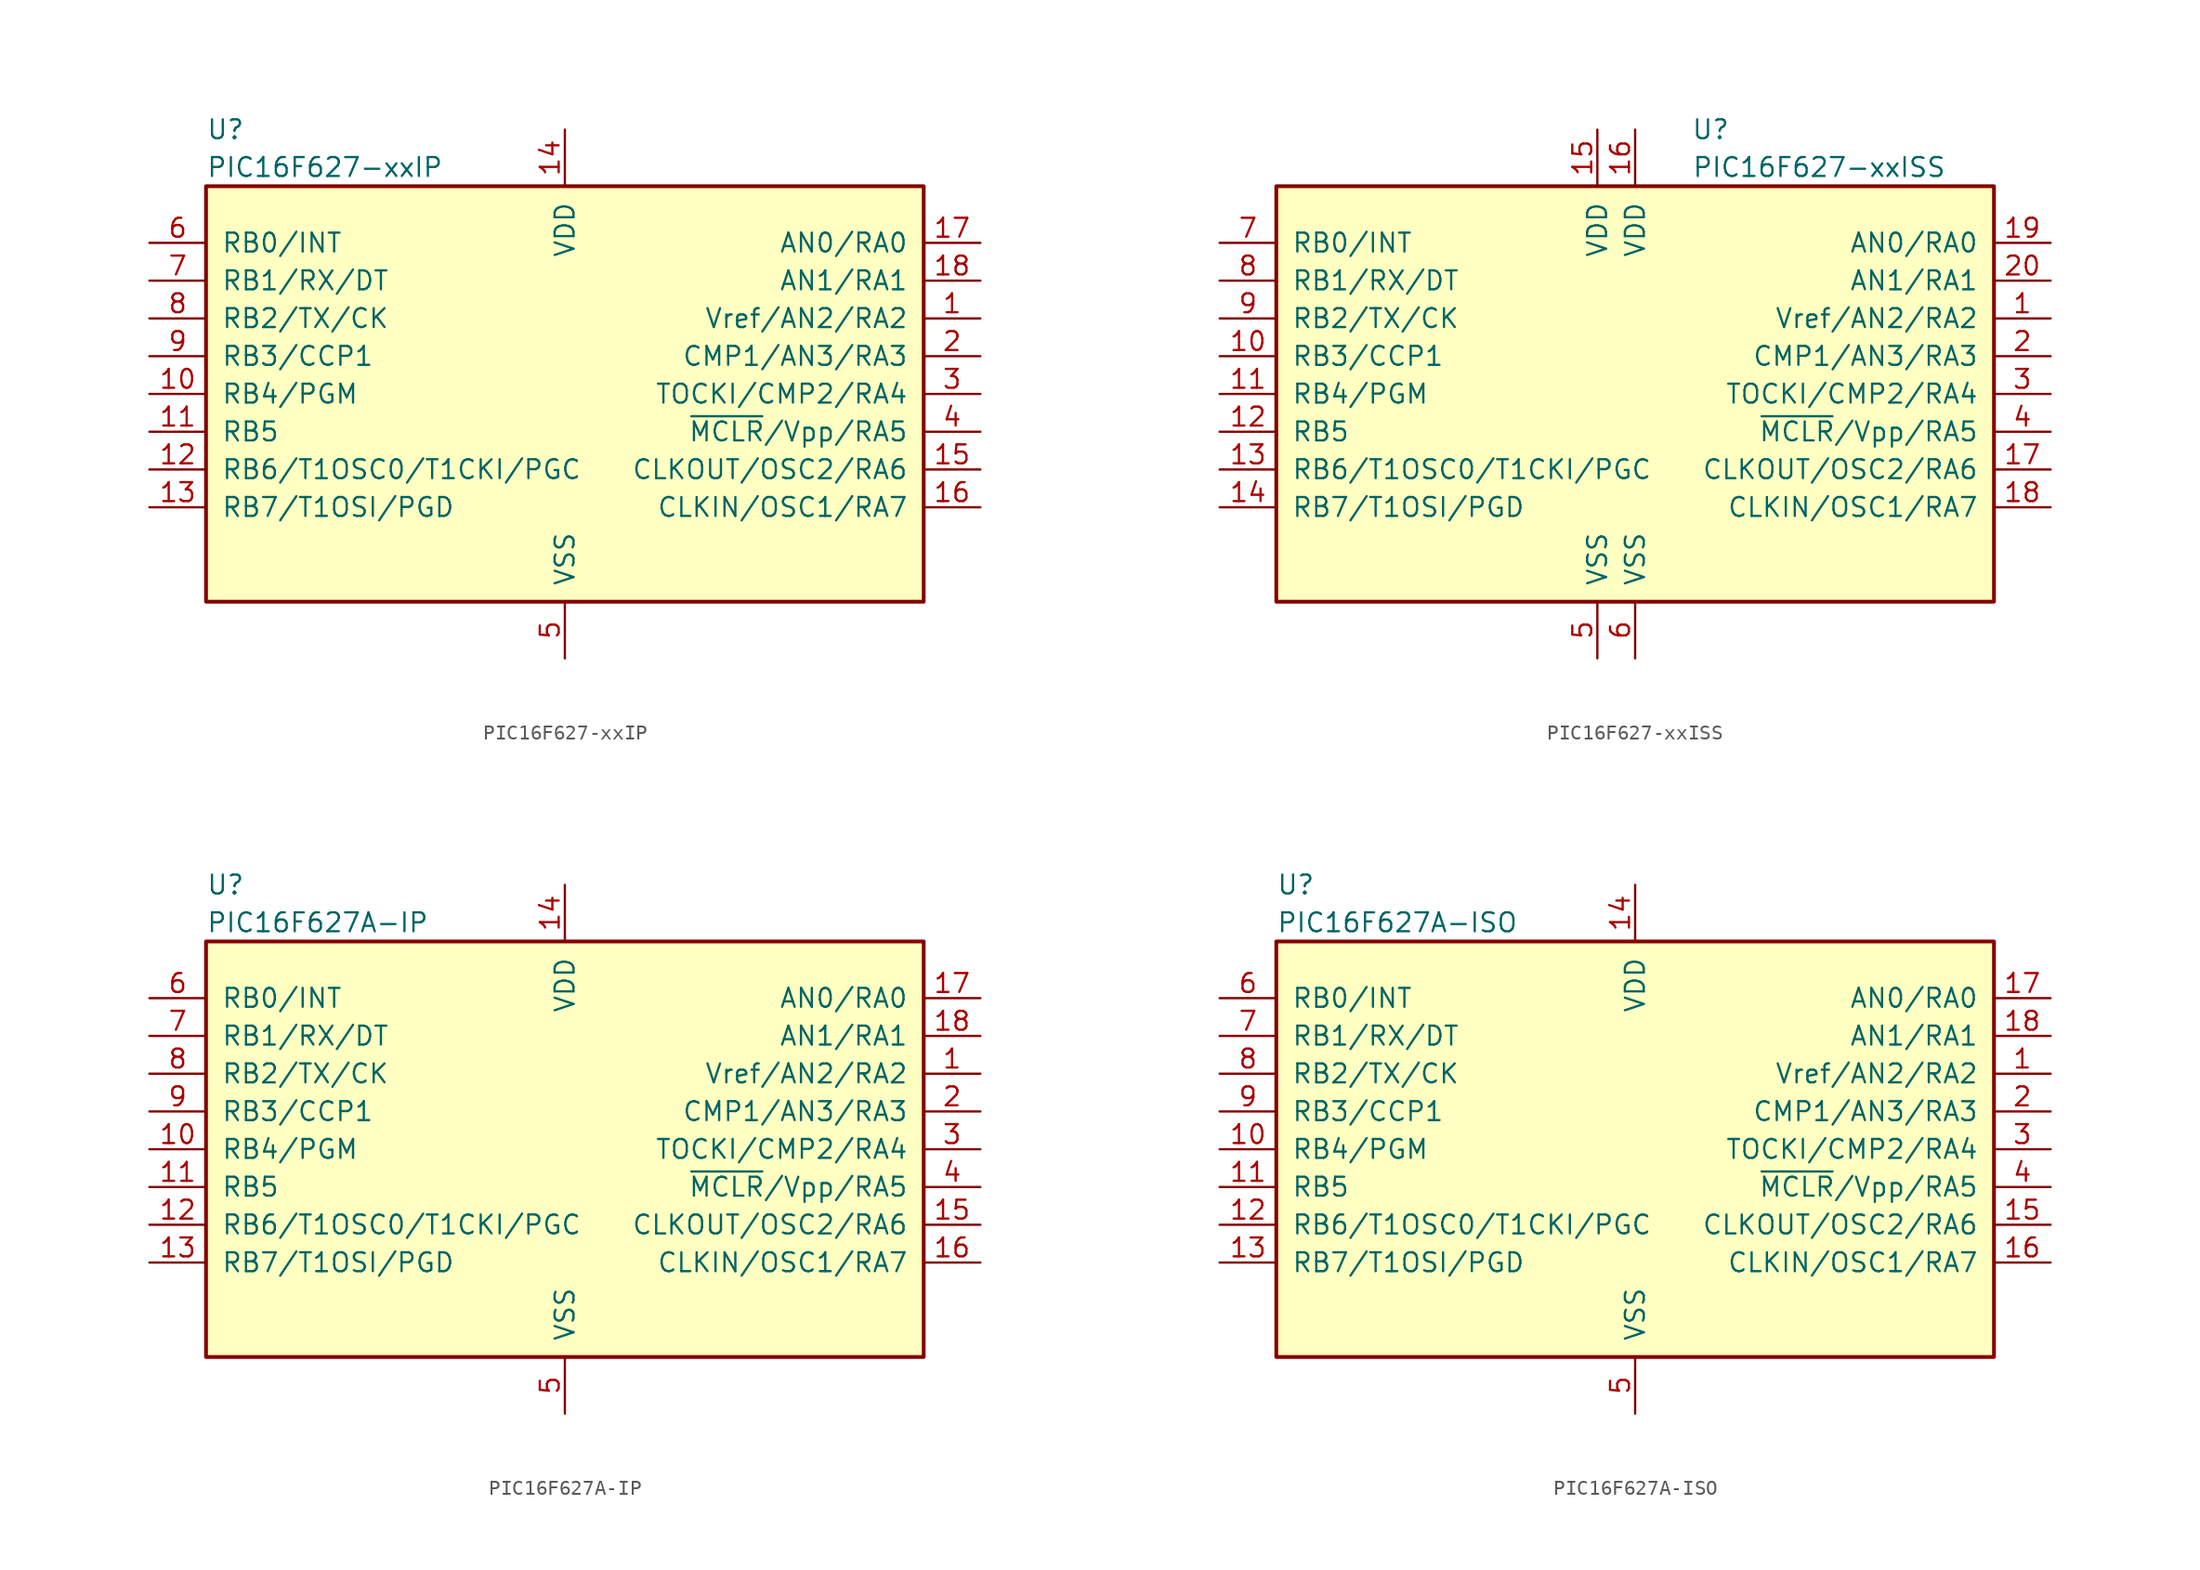
<source format=kicad_sym>
(kicad_symbol_lib
  (version 20201005)
  (generator kicad_symbol_editor)
  (symbol "MCU_Microchip_PIC16:PIC16F627-xxIP"
    (pin_names
      (offset 1.016))
    (property "Reference" "U"
      (at -24.13 17.78 0)
      (effects (font (size 1.27 1.27)) (justify left)))
    (property "Value" "PIC16F627-xxIP"
      (at -24.13 15.24 0)
      (effects (font (size 1.27 1.27)) (justify left)))
    (symbol "PIC16F627-xxIP_0_1"
      (rectangle (start 24.13 13.97) (end -24.13 -13.97) (stroke (width 0.254)) (fill (type background))))
    (symbol "PIC16F627-xxIP_1_1"
      (pin bidirectional line (at 27.94 5.08 180) (length 3.81) (name "Vref/AN2/RA2" (effects (font (size 1.27 1.27)))) (number "1" (effects (font (size 1.27 1.27)))))
      (pin bidirectional line (at -27.94 0 0) (length 3.81) (name "RB4/PGM" (effects (font (size 1.27 1.27)))) (number "10" (effects (font (size 1.27 1.27)))))
      (pin bidirectional line (at -27.94 -2.54 0) (length 3.81) (name "RB5" (effects (font (size 1.27 1.27)))) (number "11" (effects (font (size 1.27 1.27)))))
      (pin bidirectional line (at -27.94 -5.08 0) (length 3.81) (name "RB6/T1OSC0/T1CKI/PGC" (effects (font (size 1.27 1.27)))) (number "12" (effects (font (size 1.27 1.27)))))
      (pin bidirectional line (at -27.94 -7.62 0) (length 3.81) (name "RB7/T1OSI/PGD" (effects (font (size 1.27 1.27)))) (number "13" (effects (font (size 1.27 1.27)))))
      (pin power_in line (at 0 17.78 270) (length 3.81) (name "VDD" (effects (font (size 1.27 1.27)))) (number "14" (effects (font (size 1.27 1.27)))))
      (pin bidirectional line (at 27.94 -5.08 180) (length 3.81) (name "CLKOUT/OSC2/RA6" (effects (font (size 1.27 1.27)))) (number "15" (effects (font (size 1.27 1.27)))))
      (pin bidirectional line (at 27.94 -7.62 180) (length 3.81) (name "CLKIN/OSC1/RA7" (effects (font (size 1.27 1.27)))) (number "16" (effects (font (size 1.27 1.27)))))
      (pin bidirectional line (at 27.94 10.16 180) (length 3.81) (name "AN0/RA0" (effects (font (size 1.27 1.27)))) (number "17" (effects (font (size 1.27 1.27)))))
      (pin bidirectional line (at 27.94 7.62 180) (length 3.81) (name "AN1/RA1" (effects (font (size 1.27 1.27)))) (number "18" (effects (font (size 1.27 1.27)))))
      (pin bidirectional line (at 27.94 2.54 180) (length 3.81) (name "CMP1/AN3/RA3" (effects (font (size 1.27 1.27)))) (number "2" (effects (font (size 1.27 1.27)))))
      (pin bidirectional line (at 27.94 0 180) (length 3.81) (name "TOCKI/CMP2/RA4" (effects (font (size 1.27 1.27)))) (number "3" (effects (font (size 1.27 1.27)))))
      (pin input line (at 27.94 -2.54 180) (length 3.81) (name "~MCLR~/Vpp/RA5" (effects (font (size 1.27 1.27)))) (number "4" (effects (font (size 1.27 1.27)))))
      (pin power_in line (at 0 -17.78 90) (length 3.81) (name "VSS" (effects (font (size 1.27 1.27)))) (number "5" (effects (font (size 1.27 1.27)))))
      (pin bidirectional line (at -27.94 10.16 0) (length 3.81) (name "RB0/INT" (effects (font (size 1.27 1.27)))) (number "6" (effects (font (size 1.27 1.27)))))
      (pin bidirectional line (at -27.94 7.62 0) (length 3.81) (name "RB1/RX/DT" (effects (font (size 1.27 1.27)))) (number "7" (effects (font (size 1.27 1.27)))))
      (pin bidirectional line (at -27.94 5.08 0) (length 3.81) (name "RB2/TX/CK" (effects (font (size 1.27 1.27)))) (number "8" (effects (font (size 1.27 1.27)))))
      (pin bidirectional line (at -27.94 2.54 0) (length 3.81) (name "RB3/CCP1" (effects (font (size 1.27 1.27)))) (number "9" (effects (font (size 1.27 1.27)))))))
  (symbol "MCU_Microchip_PIC16:PIC16F627-xxISS"
    (pin_names
      (offset 1.016))
    (property "Reference" "U"
      (at 5.08 17.78 0)
      (effects (font (size 1.27 1.27))))
    (property "Value" "PIC16F627-xxISS"
      (at 3.81 15.24 0)
      (effects (font (size 1.27 1.27)) (justify left)))
    (symbol "PIC16F627-xxISS_0_1"
      (rectangle (start 24.13 13.97) (end -24.13 -13.97) (stroke (width 0.254)) (fill (type background))))
    (symbol "PIC16F627-xxISS_1_1"
      (pin bidirectional line (at 27.94 5.08 180) (length 3.81) (name "Vref/AN2/RA2" (effects (font (size 1.27 1.27)))) (number "1" (effects (font (size 1.27 1.27)))))
      (pin bidirectional line (at -27.94 2.54 0) (length 3.81) (name "RB3/CCP1" (effects (font (size 1.27 1.27)))) (number "10" (effects (font (size 1.27 1.27)))))
      (pin bidirectional line (at -27.94 0 0) (length 3.81) (name "RB4/PGM" (effects (font (size 1.27 1.27)))) (number "11" (effects (font (size 1.27 1.27)))))
      (pin bidirectional line (at -27.94 -2.54 0) (length 3.81) (name "RB5" (effects (font (size 1.27 1.27)))) (number "12" (effects (font (size 1.27 1.27)))))
      (pin bidirectional line (at -27.94 -5.08 0) (length 3.81) (name "RB6/T1OSC0/T1CKI/PGC" (effects (font (size 1.27 1.27)))) (number "13" (effects (font (size 1.27 1.27)))))
      (pin bidirectional line (at -27.94 -7.62 0) (length 3.81) (name "RB7/T1OSI/PGD" (effects (font (size 1.27 1.27)))) (number "14" (effects (font (size 1.27 1.27)))))
      (pin power_in line (at -2.54 17.78 270) (length 3.81) (name "VDD" (effects (font (size 1.27 1.27)))) (number "15" (effects (font (size 1.27 1.27)))))
      (pin power_in line (at 0 17.78 270) (length 3.81) (name "VDD" (effects (font (size 1.27 1.27)))) (number "16" (effects (font (size 1.27 1.27)))))
      (pin bidirectional line (at 27.94 -5.08 180) (length 3.81) (name "CLKOUT/OSC2/RA6" (effects (font (size 1.27 1.27)))) (number "17" (effects (font (size 1.27 1.27)))))
      (pin bidirectional line (at 27.94 -7.62 180) (length 3.81) (name "CLKIN/OSC1/RA7" (effects (font (size 1.27 1.27)))) (number "18" (effects (font (size 1.27 1.27)))))
      (pin bidirectional line (at 27.94 10.16 180) (length 3.81) (name "AN0/RA0" (effects (font (size 1.27 1.27)))) (number "19" (effects (font (size 1.27 1.27)))))
      (pin bidirectional line (at 27.94 2.54 180) (length 3.81) (name "CMP1/AN3/RA3" (effects (font (size 1.27 1.27)))) (number "2" (effects (font (size 1.27 1.27)))))
      (pin bidirectional line (at 27.94 7.62 180) (length 3.81) (name "AN1/RA1" (effects (font (size 1.27 1.27)))) (number "20" (effects (font (size 1.27 1.27)))))
      (pin bidirectional line (at 27.94 0 180) (length 3.81) (name "TOCKI/CMP2/RA4" (effects (font (size 1.27 1.27)))) (number "3" (effects (font (size 1.27 1.27)))))
      (pin input line (at 27.94 -2.54 180) (length 3.81) (name "~MCLR~/Vpp/RA5" (effects (font (size 1.27 1.27)))) (number "4" (effects (font (size 1.27 1.27)))))
      (pin power_in line (at -2.54 -17.78 90) (length 3.81) (name "VSS" (effects (font (size 1.27 1.27)))) (number "5" (effects (font (size 1.27 1.27)))))
      (pin power_in line (at 0 -17.78 90) (length 3.81) (name "VSS" (effects (font (size 1.27 1.27)))) (number "6" (effects (font (size 1.27 1.27)))))
      (pin bidirectional line (at -27.94 10.16 0) (length 3.81) (name "RB0/INT" (effects (font (size 1.27 1.27)))) (number "7" (effects (font (size 1.27 1.27)))))
      (pin bidirectional line (at -27.94 7.62 0) (length 3.81) (name "RB1/RX/DT" (effects (font (size 1.27 1.27)))) (number "8" (effects (font (size 1.27 1.27)))))
      (pin bidirectional line (at -27.94 5.08 0) (length 3.81) (name "RB2/TX/CK" (effects (font (size 1.27 1.27)))) (number "9" (effects (font (size 1.27 1.27)))))))
  (symbol "MCU_Microchip_PIC16:PIC16F627A-IP"
    (pin_names
      (offset 1.016))
    (property "Reference" "U"
      (at -24.13 17.78 0)
      (effects (font (size 1.27 1.27)) (justify left)))
    (property "Value" "PIC16F627A-IP"
      (at -24.13 15.24 0)
      (effects (font (size 1.27 1.27)) (justify left)))
    (symbol "PIC16F627A-IP_0_1"
      (rectangle (start 24.13 13.97) (end -24.13 -13.97) (stroke (width 0.254)) (fill (type background))))
    (symbol "PIC16F627A-IP_1_1"
      (pin bidirectional line (at 27.94 5.08 180) (length 3.81) (name "Vref/AN2/RA2" (effects (font (size 1.27 1.27)))) (number "1" (effects (font (size 1.27 1.27)))))
      (pin bidirectional line (at -27.94 0 0) (length 3.81) (name "RB4/PGM" (effects (font (size 1.27 1.27)))) (number "10" (effects (font (size 1.27 1.27)))))
      (pin bidirectional line (at -27.94 -2.54 0) (length 3.81) (name "RB5" (effects (font (size 1.27 1.27)))) (number "11" (effects (font (size 1.27 1.27)))))
      (pin bidirectional line (at -27.94 -5.08 0) (length 3.81) (name "RB6/T1OSC0/T1CKI/PGC" (effects (font (size 1.27 1.27)))) (number "12" (effects (font (size 1.27 1.27)))))
      (pin bidirectional line (at -27.94 -7.62 0) (length 3.81) (name "RB7/T1OSI/PGD" (effects (font (size 1.27 1.27)))) (number "13" (effects (font (size 1.27 1.27)))))
      (pin power_in line (at 0 17.78 270) (length 3.81) (name "VDD" (effects (font (size 1.27 1.27)))) (number "14" (effects (font (size 1.27 1.27)))))
      (pin bidirectional line (at 27.94 -5.08 180) (length 3.81) (name "CLKOUT/OSC2/RA6" (effects (font (size 1.27 1.27)))) (number "15" (effects (font (size 1.27 1.27)))))
      (pin bidirectional line (at 27.94 -7.62 180) (length 3.81) (name "CLKIN/OSC1/RA7" (effects (font (size 1.27 1.27)))) (number "16" (effects (font (size 1.27 1.27)))))
      (pin bidirectional line (at 27.94 10.16 180) (length 3.81) (name "AN0/RA0" (effects (font (size 1.27 1.27)))) (number "17" (effects (font (size 1.27 1.27)))))
      (pin bidirectional line (at 27.94 7.62 180) (length 3.81) (name "AN1/RA1" (effects (font (size 1.27 1.27)))) (number "18" (effects (font (size 1.27 1.27)))))
      (pin bidirectional line (at 27.94 2.54 180) (length 3.81) (name "CMP1/AN3/RA3" (effects (font (size 1.27 1.27)))) (number "2" (effects (font (size 1.27 1.27)))))
      (pin bidirectional line (at 27.94 0 180) (length 3.81) (name "TOCKI/CMP2/RA4" (effects (font (size 1.27 1.27)))) (number "3" (effects (font (size 1.27 1.27)))))
      (pin input line (at 27.94 -2.54 180) (length 3.81) (name "~MCLR~/Vpp/RA5" (effects (font (size 1.27 1.27)))) (number "4" (effects (font (size 1.27 1.27)))))
      (pin power_in line (at 0 -17.78 90) (length 3.81) (name "VSS" (effects (font (size 1.27 1.27)))) (number "5" (effects (font (size 1.27 1.27)))))
      (pin bidirectional line (at -27.94 10.16 0) (length 3.81) (name "RB0/INT" (effects (font (size 1.27 1.27)))) (number "6" (effects (font (size 1.27 1.27)))))
      (pin bidirectional line (at -27.94 7.62 0) (length 3.81) (name "RB1/RX/DT" (effects (font (size 1.27 1.27)))) (number "7" (effects (font (size 1.27 1.27)))))
      (pin bidirectional line (at -27.94 5.08 0) (length 3.81) (name "RB2/TX/CK" (effects (font (size 1.27 1.27)))) (number "8" (effects (font (size 1.27 1.27)))))
      (pin bidirectional line (at -27.94 2.54 0) (length 3.81) (name "RB3/CCP1" (effects (font (size 1.27 1.27)))) (number "9" (effects (font (size 1.27 1.27)))))))
  (symbol "MCU_Microchip_PIC16:PIC16F627A-ISO"
    (pin_names
      (offset 1.016))
    (property "Reference" "U"
      (at -24.13 17.78 0)
      (effects (font (size 1.27 1.27)) (justify left)))
    (property "Value" "PIC16F627A-ISO"
      (at -24.13 15.24 0)
      (effects (font (size 1.27 1.27)) (justify left)))
    (symbol "PIC16F627A-ISO_0_1"
      (rectangle (start 24.13 13.97) (end -24.13 -13.97) (stroke (width 0.254)) (fill (type background))))
    (symbol "PIC16F627A-ISO_1_1"
      (pin bidirectional line (at 27.94 5.08 180) (length 3.81) (name "Vref/AN2/RA2" (effects (font (size 1.27 1.27)))) (number "1" (effects (font (size 1.27 1.27)))))
      (pin bidirectional line (at -27.94 0 0) (length 3.81) (name "RB4/PGM" (effects (font (size 1.27 1.27)))) (number "10" (effects (font (size 1.27 1.27)))))
      (pin bidirectional line (at -27.94 -2.54 0) (length 3.81) (name "RB5" (effects (font (size 1.27 1.27)))) (number "11" (effects (font (size 1.27 1.27)))))
      (pin bidirectional line (at -27.94 -5.08 0) (length 3.81) (name "RB6/T1OSC0/T1CKI/PGC" (effects (font (size 1.27 1.27)))) (number "12" (effects (font (size 1.27 1.27)))))
      (pin bidirectional line (at -27.94 -7.62 0) (length 3.81) (name "RB7/T1OSI/PGD" (effects (font (size 1.27 1.27)))) (number "13" (effects (font (size 1.27 1.27)))))
      (pin power_in line (at 0 17.78 270) (length 3.81) (name "VDD" (effects (font (size 1.27 1.27)))) (number "14" (effects (font (size 1.27 1.27)))))
      (pin bidirectional line (at 27.94 -5.08 180) (length 3.81) (name "CLKOUT/OSC2/RA6" (effects (font (size 1.27 1.27)))) (number "15" (effects (font (size 1.27 1.27)))))
      (pin bidirectional line (at 27.94 -7.62 180) (length 3.81) (name "CLKIN/OSC1/RA7" (effects (font (size 1.27 1.27)))) (number "16" (effects (font (size 1.27 1.27)))))
      (pin bidirectional line (at 27.94 10.16 180) (length 3.81) (name "AN0/RA0" (effects (font (size 1.27 1.27)))) (number "17" (effects (font (size 1.27 1.27)))))
      (pin bidirectional line (at 27.94 7.62 180) (length 3.81) (name "AN1/RA1" (effects (font (size 1.27 1.27)))) (number "18" (effects (font (size 1.27 1.27)))))
      (pin bidirectional line (at 27.94 2.54 180) (length 3.81) (name "CMP1/AN3/RA3" (effects (font (size 1.27 1.27)))) (number "2" (effects (font (size 1.27 1.27)))))
      (pin bidirectional line (at 27.94 0 180) (length 3.81) (name "TOCKI/CMP2/RA4" (effects (font (size 1.27 1.27)))) (number "3" (effects (font (size 1.27 1.27)))))
      (pin input line (at 27.94 -2.54 180) (length 3.81) (name "~MCLR~/Vpp/RA5" (effects (font (size 1.27 1.27)))) (number "4" (effects (font (size 1.27 1.27)))))
      (pin power_in line (at 0 -17.78 90) (length 3.81) (name "VSS" (effects (font (size 1.27 1.27)))) (number "5" (effects (font (size 1.27 1.27)))))
      (pin bidirectional line (at -27.94 10.16 0) (length 3.81) (name "RB0/INT" (effects (font (size 1.27 1.27)))) (number "6" (effects (font (size 1.27 1.27)))))
      (pin bidirectional line (at -27.94 7.62 0) (length 3.81) (name "RB1/RX/DT" (effects (font (size 1.27 1.27)))) (number "7" (effects (font (size 1.27 1.27)))))
      (pin bidirectional line (at -27.94 5.08 0) (length 3.81) (name "RB2/TX/CK" (effects (font (size 1.27 1.27)))) (number "8" (effects (font (size 1.27 1.27)))))
      (pin bidirectional line (at -27.94 2.54 0) (length 3.81) (name "RB3/CCP1" (effects (font (size 1.27 1.27)))) (number "9" (effects (font (size 1.27 1.27))))))))
</source>
